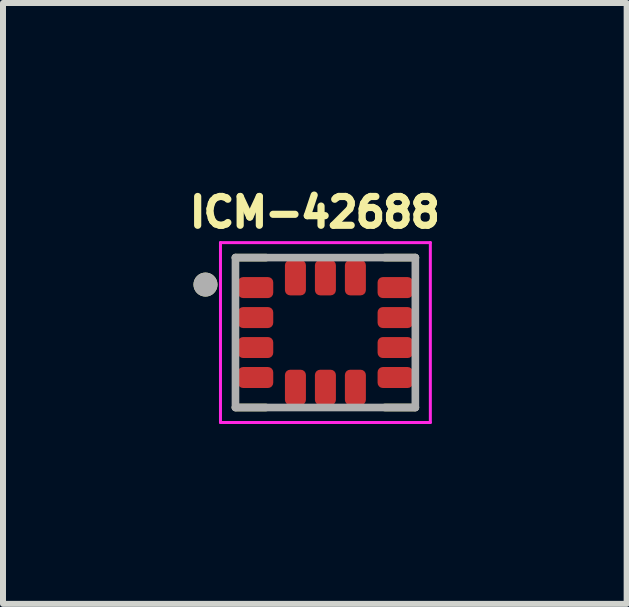
<source format=kicad_pcb>
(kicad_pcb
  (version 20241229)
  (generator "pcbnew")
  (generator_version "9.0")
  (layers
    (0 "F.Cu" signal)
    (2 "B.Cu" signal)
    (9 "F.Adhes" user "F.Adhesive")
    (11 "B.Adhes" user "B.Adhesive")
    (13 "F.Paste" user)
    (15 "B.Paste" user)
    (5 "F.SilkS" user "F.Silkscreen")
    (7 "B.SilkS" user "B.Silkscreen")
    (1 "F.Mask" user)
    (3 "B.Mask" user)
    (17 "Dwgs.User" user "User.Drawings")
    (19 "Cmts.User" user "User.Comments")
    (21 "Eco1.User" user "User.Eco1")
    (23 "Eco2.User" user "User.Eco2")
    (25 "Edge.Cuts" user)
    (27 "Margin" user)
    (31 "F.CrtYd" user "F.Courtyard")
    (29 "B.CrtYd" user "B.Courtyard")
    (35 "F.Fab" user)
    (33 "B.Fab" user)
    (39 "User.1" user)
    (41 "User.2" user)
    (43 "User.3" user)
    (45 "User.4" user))
  (footprint "ICM-42688"
    (layer "F.Cu")
    (at 2.377 2.496)
    (property "Reference" "ICM-42688" (at -0.176 -2.005 0) (layer "F.SilkS") (effects (font (size 0.48 0.48) (thickness 0.15))))
    (attr smd)
    (fp_poly (pts (xy -0.82 -0.85) (xy -0.82 -0.65) (xy -0.82 -0.643) (xy -0.821 -0.637) (xy -0.822 -0.63) (xy -0.823 -0.624) (xy -0.824 -0.618) (xy -0.826 -0.611) (xy -0.828 -0.605) (xy -0.831 -0.599) (xy -0.834 -0.593) (xy -0.837 -0.588) (xy -0.84 -0.582) (xy -0.844 -0.577) (xy -0.848 -0.571) (xy -0.852 -0.566) (xy -0.857 -0.562) (xy -0.861 -0.557) (xy -0.866 -0.553) (xy -0.872 -0.549) (xy -0.877 -0.545) (xy -0.882 -0.542) (xy -0.888 -0.539) (xy -0.894 -0.536) (xy -0.9 -0.533) (xy -0.906 -0.531) (xy -0.913 -0.529) (xy -0.919 -0.528) (xy -0.925 -0.527) (xy -0.932 -0.526) (xy -0.938 -0.525) (xy -0.945 -0.525) (xy -1.385 -0.525) (xy -1.392 -0.525) (xy -1.398 -0.526) (xy -1.405 -0.527) (xy -1.411 -0.528) (xy -1.417 -0.529) (xy -1.424 -0.531) (xy -1.43 -0.533) (xy -1.436 -0.536) (xy -1.442 -0.539) (xy -1.448 -0.542) (xy -1.453 -0.545) (xy -1.458 -0.549) (xy -1.464 -0.553) (xy -1.469 -0.557) (xy -1.473 -0.562) (xy -1.478 -0.566) (xy -1.482 -0.571) (xy -1.486 -0.577) (xy -1.49 -0.582) (xy -1.493 -0.588) (xy -1.496 -0.593) (xy -1.499 -0.599) (xy -1.502 -0.605) (xy -1.504 -0.611) (xy -1.506 -0.618) (xy -1.507 -0.624) (xy -1.508 -0.63) (xy -1.509 -0.637) (xy -1.51 -0.643) (xy -1.51 -0.65) (xy -1.51 -0.85) (xy -1.51 -0.857) (xy -1.509 -0.863) (xy -1.508 -0.87) (xy -1.507 -0.876) (xy -1.506 -0.882) (xy -1.504 -0.889) (xy -1.502 -0.895) (xy -1.499 -0.901) (xy -1.496 -0.907) (xy -1.493 -0.912) (xy -1.49 -0.918) (xy -1.486 -0.923) (xy -1.482 -0.929) (xy -1.478 -0.934) (xy -1.473 -0.938) (xy -1.469 -0.943) (xy -1.464 -0.947) (xy -1.458 -0.951) (xy -1.453 -0.955) (xy -1.448 -0.958) (xy -1.442 -0.961) (xy -1.436 -0.964) (xy -1.43 -0.967) (xy -1.424 -0.969) (xy -1.417 -0.971) (xy -1.411 -0.972) (xy -1.405 -0.973) (xy -1.398 -0.974) (xy -1.392 -0.975) (xy -1.385 -0.975) (xy -0.945 -0.975) (xy -0.938 -0.975) (xy -0.932 -0.974) (xy -0.925 -0.973) (xy -0.919 -0.972) (xy -0.913 -0.971) (xy -0.906 -0.969) (xy -0.9 -0.967) (xy -0.894 -0.964) (xy -0.888 -0.961) (xy -0.882 -0.958) (xy -0.877 -0.955) (xy -0.872 -0.951) (xy -0.866 -0.947) (xy -0.861 -0.943) (xy -0.857 -0.938) (xy -0.852 -0.934) (xy -0.848 -0.929) (xy -0.844 -0.923) (xy -0.84 -0.918) (xy -0.837 -0.912) (xy -0.834 -0.907) (xy -0.831 -0.901) (xy -0.828 -0.895) (xy -0.826 -0.889) (xy -0.824 -0.882) (xy -0.823 -0.876) (xy -0.822 -0.87) (xy -0.821 -0.863) (xy -0.82 -0.857) (xy -0.82 -0.85)) (stroke (width 0.01) (type solid)) (fill yes) (layer "F.Mask"))
    (fp_poly (pts (xy -0.82 -0.35) (xy -0.82 -0.15) (xy -0.82 -0.143) (xy -0.821 -0.137) (xy -0.822 -0.13) (xy -0.823 -0.124) (xy -0.824 -0.118) (xy -0.826 -0.111) (xy -0.828 -0.105) (xy -0.831 -0.099) (xy -0.834 -0.093) (xy -0.837 -0.088) (xy -0.84 -0.082) (xy -0.844 -0.077) (xy -0.848 -0.071) (xy -0.852 -0.066) (xy -0.857 -0.062) (xy -0.861 -0.057) (xy -0.866 -0.053) (xy -0.872 -0.049) (xy -0.877 -0.045) (xy -0.882 -0.042) (xy -0.888 -0.039) (xy -0.894 -0.036) (xy -0.9 -0.033) (xy -0.906 -0.031) (xy -0.913 -0.029) (xy -0.919 -0.028) (xy -0.925 -0.027) (xy -0.932 -0.026) (xy -0.938 -0.025) (xy -0.945 -0.025) (xy -1.385 -0.025) (xy -1.392 -0.025) (xy -1.398 -0.026) (xy -1.405 -0.027) (xy -1.411 -0.028) (xy -1.417 -0.029) (xy -1.424 -0.031) (xy -1.43 -0.033) (xy -1.436 -0.036) (xy -1.442 -0.039) (xy -1.448 -0.042) (xy -1.453 -0.045) (xy -1.458 -0.049) (xy -1.464 -0.053) (xy -1.469 -0.057) (xy -1.473 -0.062) (xy -1.478 -0.066) (xy -1.482 -0.071) (xy -1.486 -0.077) (xy -1.49 -0.082) (xy -1.493 -0.088) (xy -1.496 -0.093) (xy -1.499 -0.099) (xy -1.502 -0.105) (xy -1.504 -0.111) (xy -1.506 -0.118) (xy -1.507 -0.124) (xy -1.508 -0.13) (xy -1.509 -0.137) (xy -1.51 -0.143) (xy -1.51 -0.15) (xy -1.51 -0.35) (xy -1.51 -0.357) (xy -1.509 -0.363) (xy -1.508 -0.37) (xy -1.507 -0.376) (xy -1.506 -0.382) (xy -1.504 -0.389) (xy -1.502 -0.395) (xy -1.499 -0.401) (xy -1.496 -0.407) (xy -1.493 -0.412) (xy -1.49 -0.418) (xy -1.486 -0.423) (xy -1.482 -0.429) (xy -1.478 -0.434) (xy -1.473 -0.438) (xy -1.469 -0.443) (xy -1.464 -0.447) (xy -1.458 -0.451) (xy -1.453 -0.455) (xy -1.448 -0.458) (xy -1.442 -0.461) (xy -1.436 -0.464) (xy -1.43 -0.467) (xy -1.424 -0.469) (xy -1.417 -0.471) (xy -1.411 -0.472) (xy -1.405 -0.473) (xy -1.398 -0.474) (xy -1.392 -0.475) (xy -1.385 -0.475) (xy -0.945 -0.475) (xy -0.938 -0.475) (xy -0.932 -0.474) (xy -0.925 -0.473) (xy -0.919 -0.472) (xy -0.913 -0.471) (xy -0.906 -0.469) (xy -0.9 -0.467) (xy -0.894 -0.464) (xy -0.888 -0.461) (xy -0.882 -0.458) (xy -0.877 -0.455) (xy -0.872 -0.451) (xy -0.866 -0.447) (xy -0.861 -0.443) (xy -0.857 -0.438) (xy -0.852 -0.434) (xy -0.848 -0.429) (xy -0.844 -0.423) (xy -0.84 -0.418) (xy -0.837 -0.412) (xy -0.834 -0.407) (xy -0.831 -0.401) (xy -0.828 -0.395) (xy -0.826 -0.389) (xy -0.824 -0.382) (xy -0.823 -0.376) (xy -0.822 -0.37) (xy -0.821 -0.363) (xy -0.82 -0.357) (xy -0.82 -0.35)) (stroke (width 0.01) (type solid)) (fill yes) (layer "F.Mask"))
    (fp_poly (pts (xy -0.82 0.15) (xy -0.82 0.35) (xy -0.82 0.357) (xy -0.821 0.363) (xy -0.822 0.37) (xy -0.823 0.376) (xy -0.824 0.382) (xy -0.826 0.389) (xy -0.828 0.395) (xy -0.831 0.401) (xy -0.834 0.407) (xy -0.837 0.412) (xy -0.84 0.418) (xy -0.844 0.423) (xy -0.848 0.429) (xy -0.852 0.434) (xy -0.857 0.438) (xy -0.861 0.443) (xy -0.866 0.447) (xy -0.872 0.451) (xy -0.877 0.455) (xy -0.882 0.458) (xy -0.888 0.461) (xy -0.894 0.464) (xy -0.9 0.467) (xy -0.906 0.469) (xy -0.913 0.471) (xy -0.919 0.472) (xy -0.925 0.473) (xy -0.932 0.474) (xy -0.938 0.475) (xy -0.945 0.475) (xy -1.385 0.475) (xy -1.392 0.475) (xy -1.398 0.474) (xy -1.405 0.473) (xy -1.411 0.472) (xy -1.417 0.471) (xy -1.424 0.469) (xy -1.43 0.467) (xy -1.436 0.464) (xy -1.442 0.461) (xy -1.448 0.458) (xy -1.453 0.455) (xy -1.458 0.451) (xy -1.464 0.447) (xy -1.469 0.443) (xy -1.473 0.438) (xy -1.478 0.434) (xy -1.482 0.429) (xy -1.486 0.423) (xy -1.49 0.418) (xy -1.493 0.412) (xy -1.496 0.407) (xy -1.499 0.401) (xy -1.502 0.395) (xy -1.504 0.389) (xy -1.506 0.382) (xy -1.507 0.376) (xy -1.508 0.37) (xy -1.509 0.363) (xy -1.51 0.357) (xy -1.51 0.35) (xy -1.51 0.15) (xy -1.51 0.143) (xy -1.509 0.137) (xy -1.508 0.13) (xy -1.507 0.124) (xy -1.506 0.118) (xy -1.504 0.111) (xy -1.502 0.105) (xy -1.499 0.099) (xy -1.496 0.093) (xy -1.493 0.088) (xy -1.49 0.082) (xy -1.486 0.077) (xy -1.482 0.071) (xy -1.478 0.066) (xy -1.473 0.062) (xy -1.469 0.057) (xy -1.464 0.053) (xy -1.458 0.049) (xy -1.453 0.045) (xy -1.448 0.042) (xy -1.442 0.039) (xy -1.436 0.036) (xy -1.43 0.033) (xy -1.424 0.031) (xy -1.417 0.029) (xy -1.411 0.028) (xy -1.405 0.027) (xy -1.398 0.026) (xy -1.392 0.025) (xy -1.385 0.025) (xy -0.945 0.025) (xy -0.938 0.025) (xy -0.932 0.026) (xy -0.925 0.027) (xy -0.919 0.028) (xy -0.913 0.029) (xy -0.906 0.031) (xy -0.9 0.033) (xy -0.894 0.036) (xy -0.888 0.039) (xy -0.882 0.042) (xy -0.877 0.045) (xy -0.872 0.049) (xy -0.866 0.053) (xy -0.861 0.057) (xy -0.857 0.062) (xy -0.852 0.066) (xy -0.848 0.071) (xy -0.844 0.077) (xy -0.84 0.082) (xy -0.837 0.088) (xy -0.834 0.093) (xy -0.831 0.099) (xy -0.828 0.105) (xy -0.826 0.111) (xy -0.824 0.118) (xy -0.823 0.124) (xy -0.822 0.13) (xy -0.821 0.137) (xy -0.82 0.143) (xy -0.82 0.15)) (stroke (width 0.01) (type solid)) (fill yes) (layer "F.Mask"))
    (fp_poly (pts (xy -0.82 0.65) (xy -0.82 0.85) (xy -0.82 0.857) (xy -0.821 0.863) (xy -0.822 0.87) (xy -0.823 0.876) (xy -0.824 0.882) (xy -0.826 0.889) (xy -0.828 0.895) (xy -0.831 0.901) (xy -0.834 0.907) (xy -0.837 0.912) (xy -0.84 0.918) (xy -0.844 0.923) (xy -0.848 0.929) (xy -0.852 0.934) (xy -0.857 0.938) (xy -0.861 0.943) (xy -0.866 0.947) (xy -0.872 0.951) (xy -0.877 0.955) (xy -0.882 0.958) (xy -0.888 0.961) (xy -0.894 0.964) (xy -0.9 0.967) (xy -0.906 0.969) (xy -0.913 0.971) (xy -0.919 0.972) (xy -0.925 0.973) (xy -0.932 0.974) (xy -0.938 0.975) (xy -0.945 0.975) (xy -1.385 0.975) (xy -1.392 0.975) (xy -1.398 0.974) (xy -1.405 0.973) (xy -1.411 0.972) (xy -1.417 0.971) (xy -1.424 0.969) (xy -1.43 0.967) (xy -1.436 0.964) (xy -1.442 0.961) (xy -1.448 0.958) (xy -1.453 0.955) (xy -1.458 0.951) (xy -1.464 0.947) (xy -1.469 0.943) (xy -1.473 0.938) (xy -1.478 0.934) (xy -1.482 0.929) (xy -1.486 0.923) (xy -1.49 0.918) (xy -1.493 0.912) (xy -1.496 0.907) (xy -1.499 0.901) (xy -1.502 0.895) (xy -1.504 0.889) (xy -1.506 0.882) (xy -1.507 0.876) (xy -1.508 0.87) (xy -1.509 0.863) (xy -1.51 0.857) (xy -1.51 0.85) (xy -1.51 0.65) (xy -1.51 0.643) (xy -1.509 0.637) (xy -1.508 0.63) (xy -1.507 0.624) (xy -1.506 0.618) (xy -1.504 0.611) (xy -1.502 0.605) (xy -1.499 0.599) (xy -1.496 0.593) (xy -1.493 0.588) (xy -1.49 0.582) (xy -1.486 0.577) (xy -1.482 0.571) (xy -1.478 0.566) (xy -1.473 0.562) (xy -1.469 0.557) (xy -1.464 0.553) (xy -1.458 0.549) (xy -1.453 0.545) (xy -1.448 0.542) (xy -1.442 0.539) (xy -1.436 0.536) (xy -1.43 0.533) (xy -1.424 0.531) (xy -1.417 0.529) (xy -1.411 0.528) (xy -1.405 0.527) (xy -1.398 0.526) (xy -1.392 0.525) (xy -1.385 0.525) (xy -0.945 0.525) (xy -0.938 0.525) (xy -0.932 0.526) (xy -0.925 0.527) (xy -0.919 0.528) (xy -0.913 0.529) (xy -0.906 0.531) (xy -0.9 0.533) (xy -0.894 0.536) (xy -0.888 0.539) (xy -0.882 0.542) (xy -0.877 0.545) (xy -0.872 0.549) (xy -0.866 0.553) (xy -0.861 0.557) (xy -0.857 0.562) (xy -0.852 0.566) (xy -0.848 0.571) (xy -0.844 0.577) (xy -0.84 0.582) (xy -0.837 0.588) (xy -0.834 0.593) (xy -0.831 0.599) (xy -0.828 0.605) (xy -0.826 0.611) (xy -0.824 0.618) (xy -0.823 0.624) (xy -0.822 0.63) (xy -0.821 0.637) (xy -0.82 0.643) (xy -0.82 0.65)) (stroke (width 0.01) (type solid)) (fill yes) (layer "F.Mask"))
    (fp_poly (pts (xy -0.6 -1.26) (xy -0.4 -1.26) (xy -0.393 -1.26) (xy -0.387 -1.259) (xy -0.38 -1.258) (xy -0.374 -1.257) (xy -0.368 -1.256) (xy -0.361 -1.254) (xy -0.355 -1.252) (xy -0.349 -1.249) (xy -0.343 -1.246) (xy -0.338 -1.243) (xy -0.332 -1.24) (xy -0.327 -1.236) (xy -0.321 -1.232) (xy -0.316 -1.228) (xy -0.312 -1.223) (xy -0.307 -1.219) (xy -0.303 -1.214) (xy -0.299 -1.208) (xy -0.295 -1.203) (xy -0.292 -1.198) (xy -0.289 -1.192) (xy -0.286 -1.186) (xy -0.283 -1.18) (xy -0.281 -1.174) (xy -0.279 -1.167) (xy -0.278 -1.161) (xy -0.277 -1.155) (xy -0.276 -1.148) (xy -0.275 -1.142) (xy -0.275 -1.135) (xy -0.275 -0.695) (xy -0.275 -0.688) (xy -0.276 -0.682) (xy -0.277 -0.675) (xy -0.278 -0.669) (xy -0.279 -0.663) (xy -0.281 -0.656) (xy -0.283 -0.65) (xy -0.286 -0.644) (xy -0.289 -0.638) (xy -0.292 -0.632) (xy -0.295 -0.627) (xy -0.299 -0.622) (xy -0.303 -0.616) (xy -0.307 -0.611) (xy -0.312 -0.607) (xy -0.316 -0.602) (xy -0.321 -0.598) (xy -0.327 -0.594) (xy -0.332 -0.59) (xy -0.338 -0.587) (xy -0.343 -0.584) (xy -0.349 -0.581) (xy -0.355 -0.578) (xy -0.361 -0.576) (xy -0.368 -0.574) (xy -0.374 -0.573) (xy -0.38 -0.572) (xy -0.387 -0.571) (xy -0.393 -0.57) (xy -0.4 -0.57) (xy -0.6 -0.57) (xy -0.607 -0.57) (xy -0.613 -0.571) (xy -0.62 -0.572) (xy -0.626 -0.573) (xy -0.632 -0.574) (xy -0.639 -0.576) (xy -0.645 -0.578) (xy -0.651 -0.581) (xy -0.657 -0.584) (xy -0.663 -0.587) (xy -0.668 -0.59) (xy -0.673 -0.594) (xy -0.679 -0.598) (xy -0.684 -0.602) (xy -0.688 -0.607) (xy -0.693 -0.611) (xy -0.697 -0.616) (xy -0.701 -0.622) (xy -0.705 -0.627) (xy -0.708 -0.632) (xy -0.711 -0.638) (xy -0.714 -0.644) (xy -0.717 -0.65) (xy -0.719 -0.656) (xy -0.721 -0.663) (xy -0.722 -0.669) (xy -0.723 -0.675) (xy -0.724 -0.682) (xy -0.725 -0.688) (xy -0.725 -0.695) (xy -0.725 -1.135) (xy -0.725 -1.142) (xy -0.724 -1.148) (xy -0.723 -1.155) (xy -0.722 -1.161) (xy -0.721 -1.167) (xy -0.719 -1.174) (xy -0.717 -1.18) (xy -0.714 -1.186) (xy -0.711 -1.192) (xy -0.708 -1.198) (xy -0.705 -1.203) (xy -0.701 -1.208) (xy -0.697 -1.214) (xy -0.693 -1.219) (xy -0.688 -1.223) (xy -0.684 -1.228) (xy -0.679 -1.232) (xy -0.673 -1.236) (xy -0.668 -1.24) (xy -0.662 -1.243) (xy -0.657 -1.246) (xy -0.651 -1.249) (xy -0.645 -1.252) (xy -0.639 -1.254) (xy -0.632 -1.256) (xy -0.626 -1.257) (xy -0.62 -1.258) (xy -0.613 -1.259) (xy -0.607 -1.26) (xy -0.6 -1.26)) (stroke (width 0.01) (type solid)) (fill yes) (layer "F.Mask"))
    (fp_poly (pts (xy -0.6 0.57) (xy -0.4 0.57) (xy -0.393 0.57) (xy -0.387 0.571) (xy -0.38 0.572) (xy -0.374 0.573) (xy -0.368 0.574) (xy -0.361 0.576) (xy -0.355 0.578) (xy -0.349 0.581) (xy -0.343 0.584) (xy -0.338 0.587) (xy -0.332 0.59) (xy -0.327 0.594) (xy -0.321 0.598) (xy -0.316 0.602) (xy -0.312 0.607) (xy -0.307 0.611) (xy -0.303 0.616) (xy -0.299 0.622) (xy -0.295 0.627) (xy -0.292 0.632) (xy -0.289 0.638) (xy -0.286 0.644) (xy -0.283 0.65) (xy -0.281 0.656) (xy -0.279 0.663) (xy -0.278 0.669) (xy -0.277 0.675) (xy -0.276 0.682) (xy -0.275 0.688) (xy -0.275 0.695) (xy -0.275 1.135) (xy -0.275 1.142) (xy -0.276 1.148) (xy -0.277 1.155) (xy -0.278 1.161) (xy -0.279 1.167) (xy -0.281 1.174) (xy -0.283 1.18) (xy -0.286 1.186) (xy -0.289 1.192) (xy -0.292 1.198) (xy -0.295 1.203) (xy -0.299 1.208) (xy -0.303 1.214) (xy -0.307 1.219) (xy -0.312 1.223) (xy -0.316 1.228) (xy -0.321 1.232) (xy -0.327 1.236) (xy -0.332 1.24) (xy -0.338 1.243) (xy -0.343 1.246) (xy -0.349 1.249) (xy -0.355 1.252) (xy -0.361 1.254) (xy -0.368 1.256) (xy -0.374 1.257) (xy -0.38 1.258) (xy -0.387 1.259) (xy -0.393 1.26) (xy -0.4 1.26) (xy -0.6 1.26) (xy -0.607 1.26) (xy -0.613 1.259) (xy -0.62 1.258) (xy -0.626 1.257) (xy -0.632 1.256) (xy -0.639 1.254) (xy -0.645 1.252) (xy -0.651 1.249) (xy -0.657 1.246) (xy -0.663 1.243) (xy -0.668 1.24) (xy -0.673 1.236) (xy -0.679 1.232) (xy -0.684 1.228) (xy -0.688 1.223) (xy -0.693 1.219) (xy -0.697 1.214) (xy -0.701 1.208) (xy -0.705 1.203) (xy -0.708 1.198) (xy -0.711 1.192) (xy -0.714 1.186) (xy -0.717 1.18) (xy -0.719 1.174) (xy -0.721 1.167) (xy -0.722 1.161) (xy -0.723 1.155) (xy -0.724 1.148) (xy -0.725 1.142) (xy -0.725 1.135) (xy -0.725 0.695) (xy -0.725 0.688) (xy -0.724 0.682) (xy -0.723 0.675) (xy -0.722 0.669) (xy -0.721 0.663) (xy -0.719 0.656) (xy -0.717 0.65) (xy -0.714 0.644) (xy -0.711 0.638) (xy -0.708 0.632) (xy -0.705 0.627) (xy -0.701 0.622) (xy -0.697 0.616) (xy -0.693 0.611) (xy -0.688 0.607) (xy -0.684 0.602) (xy -0.679 0.598) (xy -0.673 0.594) (xy -0.668 0.59) (xy -0.662 0.587) (xy -0.657 0.584) (xy -0.651 0.581) (xy -0.645 0.578) (xy -0.639 0.576) (xy -0.632 0.574) (xy -0.626 0.573) (xy -0.62 0.572) (xy -0.613 0.571) (xy -0.607 0.57) (xy -0.6 0.57)) (stroke (width 0.01) (type solid)) (fill yes) (layer "F.Mask"))
    (fp_poly (pts (xy -0.1 -1.26) (xy 0.1 -1.26) (xy 0.107 -1.26) (xy 0.113 -1.259) (xy 0.12 -1.258) (xy 0.126 -1.257) (xy 0.132 -1.256) (xy 0.139 -1.254) (xy 0.145 -1.252) (xy 0.151 -1.249) (xy 0.157 -1.246) (xy 0.163 -1.243) (xy 0.168 -1.24) (xy 0.173 -1.236) (xy 0.179 -1.232) (xy 0.184 -1.228) (xy 0.188 -1.223) (xy 0.193 -1.219) (xy 0.197 -1.214) (xy 0.201 -1.208) (xy 0.205 -1.203) (xy 0.208 -1.198) (xy 0.211 -1.192) (xy 0.214 -1.186) (xy 0.217 -1.18) (xy 0.219 -1.174) (xy 0.221 -1.167) (xy 0.222 -1.161) (xy 0.223 -1.155) (xy 0.224 -1.148) (xy 0.225 -1.142) (xy 0.225 -1.135) (xy 0.225 -0.695) (xy 0.225 -0.688) (xy 0.224 -0.682) (xy 0.223 -0.675) (xy 0.222 -0.669) (xy 0.221 -0.663) (xy 0.219 -0.656) (xy 0.217 -0.65) (xy 0.214 -0.644) (xy 0.211 -0.638) (xy 0.208 -0.632) (xy 0.205 -0.627) (xy 0.201 -0.622) (xy 0.197 -0.616) (xy 0.193 -0.611) (xy 0.188 -0.607) (xy 0.184 -0.602) (xy 0.179 -0.598) (xy 0.173 -0.594) (xy 0.168 -0.59) (xy 0.163 -0.587) (xy 0.157 -0.584) (xy 0.151 -0.581) (xy 0.145 -0.578) (xy 0.139 -0.576) (xy 0.132 -0.574) (xy 0.126 -0.573) (xy 0.12 -0.572) (xy 0.113 -0.571) (xy 0.107 -0.57) (xy 0.1 -0.57) (xy -0.1 -0.57) (xy -0.107 -0.57) (xy -0.113 -0.571) (xy -0.12 -0.572) (xy -0.126 -0.573) (xy -0.132 -0.574) (xy -0.139 -0.576) (xy -0.145 -0.578) (xy -0.151 -0.581) (xy -0.157 -0.584) (xy -0.163 -0.587) (xy -0.168 -0.59) (xy -0.173 -0.594) (xy -0.179 -0.598) (xy -0.184 -0.602) (xy -0.188 -0.607) (xy -0.193 -0.611) (xy -0.197 -0.616) (xy -0.201 -0.622) (xy -0.205 -0.627) (xy -0.208 -0.632) (xy -0.211 -0.638) (xy -0.214 -0.644) (xy -0.217 -0.65) (xy -0.219 -0.656) (xy -0.221 -0.663) (xy -0.222 -0.669) (xy -0.223 -0.675) (xy -0.224 -0.682) (xy -0.225 -0.688) (xy -0.225 -0.695) (xy -0.225 -1.135) (xy -0.225 -1.142) (xy -0.224 -1.148) (xy -0.223 -1.155) (xy -0.222 -1.161) (xy -0.221 -1.167) (xy -0.219 -1.174) (xy -0.217 -1.18) (xy -0.214 -1.186) (xy -0.211 -1.192) (xy -0.208 -1.198) (xy -0.205 -1.203) (xy -0.201 -1.208) (xy -0.197 -1.214) (xy -0.193 -1.219) (xy -0.188 -1.223) (xy -0.184 -1.228) (xy -0.179 -1.232) (xy -0.173 -1.236) (xy -0.168 -1.24) (xy -0.162 -1.243) (xy -0.157 -1.246) (xy -0.151 -1.249) (xy -0.145 -1.252) (xy -0.139 -1.254) (xy -0.132 -1.256) (xy -0.126 -1.257) (xy -0.12 -1.258) (xy -0.113 -1.259) (xy -0.107 -1.26) (xy -0.1 -1.26)) (stroke (width 0.01) (type solid)) (fill yes) (layer "F.Mask"))
    (fp_poly (pts (xy -0.1 0.57) (xy 0.1 0.57) (xy 0.107 0.57) (xy 0.113 0.571) (xy 0.12 0.572) (xy 0.126 0.573) (xy 0.132 0.574) (xy 0.139 0.576) (xy 0.145 0.578) (xy 0.151 0.581) (xy 0.157 0.584) (xy 0.163 0.587) (xy 0.168 0.59) (xy 0.173 0.594) (xy 0.179 0.598) (xy 0.184 0.602) (xy 0.188 0.607) (xy 0.193 0.611) (xy 0.197 0.616) (xy 0.201 0.622) (xy 0.205 0.627) (xy 0.208 0.632) (xy 0.211 0.638) (xy 0.214 0.644) (xy 0.217 0.65) (xy 0.219 0.656) (xy 0.221 0.663) (xy 0.222 0.669) (xy 0.223 0.675) (xy 0.224 0.682) (xy 0.225 0.688) (xy 0.225 0.695) (xy 0.225 1.135) (xy 0.225 1.142) (xy 0.224 1.148) (xy 0.223 1.155) (xy 0.222 1.161) (xy 0.221 1.167) (xy 0.219 1.174) (xy 0.217 1.18) (xy 0.214 1.186) (xy 0.211 1.192) (xy 0.208 1.198) (xy 0.205 1.203) (xy 0.201 1.208) (xy 0.197 1.214) (xy 0.193 1.219) (xy 0.188 1.223) (xy 0.184 1.228) (xy 0.179 1.232) (xy 0.173 1.236) (xy 0.168 1.24) (xy 0.163 1.243) (xy 0.157 1.246) (xy 0.151 1.249) (xy 0.145 1.252) (xy 0.139 1.254) (xy 0.132 1.256) (xy 0.126 1.257) (xy 0.12 1.258) (xy 0.113 1.259) (xy 0.107 1.26) (xy 0.1 1.26) (xy -0.1 1.26) (xy -0.107 1.26) (xy -0.113 1.259) (xy -0.12 1.258) (xy -0.126 1.257) (xy -0.132 1.256) (xy -0.139 1.254) (xy -0.145 1.252) (xy -0.151 1.249) (xy -0.157 1.246) (xy -0.163 1.243) (xy -0.168 1.24) (xy -0.173 1.236) (xy -0.179 1.232) (xy -0.184 1.228) (xy -0.188 1.223) (xy -0.193 1.219) (xy -0.197 1.214) (xy -0.201 1.208) (xy -0.205 1.203) (xy -0.208 1.198) (xy -0.211 1.192) (xy -0.214 1.186) (xy -0.217 1.18) (xy -0.219 1.174) (xy -0.221 1.167) (xy -0.222 1.161) (xy -0.223 1.155) (xy -0.224 1.148) (xy -0.225 1.142) (xy -0.225 1.135) (xy -0.225 0.695) (xy -0.225 0.688) (xy -0.224 0.682) (xy -0.223 0.675) (xy -0.222 0.669) (xy -0.221 0.663) (xy -0.219 0.656) (xy -0.217 0.65) (xy -0.214 0.644) (xy -0.211 0.638) (xy -0.208 0.632) (xy -0.205 0.627) (xy -0.201 0.622) (xy -0.197 0.616) (xy -0.193 0.611) (xy -0.188 0.607) (xy -0.184 0.602) (xy -0.179 0.598) (xy -0.173 0.594) (xy -0.168 0.59) (xy -0.162 0.587) (xy -0.157 0.584) (xy -0.151 0.581) (xy -0.145 0.578) (xy -0.139 0.576) (xy -0.132 0.574) (xy -0.126 0.573) (xy -0.12 0.572) (xy -0.113 0.571) (xy -0.107 0.57) (xy -0.1 0.57)) (stroke (width 0.01) (type solid)) (fill yes) (layer "F.Mask"))
    (fp_poly (pts (xy 0.4 -1.26) (xy 0.6 -1.26) (xy 0.607 -1.26) (xy 0.613 -1.259) (xy 0.62 -1.258) (xy 0.626 -1.257) (xy 0.632 -1.256) (xy 0.639 -1.254) (xy 0.645 -1.252) (xy 0.651 -1.249) (xy 0.657 -1.246) (xy 0.662 -1.243) (xy 0.668 -1.24) (xy 0.673 -1.236) (xy 0.679 -1.232) (xy 0.684 -1.228) (xy 0.688 -1.223) (xy 0.693 -1.219) (xy 0.697 -1.214) (xy 0.701 -1.208) (xy 0.705 -1.203) (xy 0.708 -1.198) (xy 0.711 -1.192) (xy 0.714 -1.186) (xy 0.717 -1.18) (xy 0.719 -1.174) (xy 0.721 -1.167) (xy 0.722 -1.161) (xy 0.723 -1.155) (xy 0.724 -1.148) (xy 0.725 -1.142) (xy 0.725 -1.135) (xy 0.725 -0.695) (xy 0.725 -0.688) (xy 0.724 -0.682) (xy 0.723 -0.675) (xy 0.722 -0.669) (xy 0.721 -0.663) (xy 0.719 -0.656) (xy 0.717 -0.65) (xy 0.714 -0.644) (xy 0.711 -0.638) (xy 0.708 -0.632) (xy 0.705 -0.627) (xy 0.701 -0.622) (xy 0.697 -0.616) (xy 0.693 -0.611) (xy 0.688 -0.607) (xy 0.684 -0.602) (xy 0.679 -0.598) (xy 0.673 -0.594) (xy 0.668 -0.59) (xy 0.662 -0.587) (xy 0.657 -0.584) (xy 0.651 -0.581) (xy 0.645 -0.578) (xy 0.639 -0.576) (xy 0.632 -0.574) (xy 0.626 -0.573) (xy 0.62 -0.572) (xy 0.613 -0.571) (xy 0.607 -0.57) (xy 0.6 -0.57) (xy 0.4 -0.57) (xy 0.393 -0.57) (xy 0.387 -0.571) (xy 0.38 -0.572) (xy 0.374 -0.573) (xy 0.368 -0.574) (xy 0.361 -0.576) (xy 0.355 -0.578) (xy 0.349 -0.581) (xy 0.343 -0.584) (xy 0.337 -0.587) (xy 0.332 -0.59) (xy 0.327 -0.594) (xy 0.321 -0.598) (xy 0.316 -0.602) (xy 0.312 -0.607) (xy 0.307 -0.611) (xy 0.303 -0.616) (xy 0.299 -0.622) (xy 0.295 -0.627) (xy 0.292 -0.632) (xy 0.289 -0.638) (xy 0.286 -0.644) (xy 0.283 -0.65) (xy 0.281 -0.656) (xy 0.279 -0.663) (xy 0.278 -0.669) (xy 0.277 -0.675) (xy 0.276 -0.682) (xy 0.275 -0.688) (xy 0.275 -0.695) (xy 0.275 -1.135) (xy 0.275 -1.142) (xy 0.276 -1.148) (xy 0.277 -1.155) (xy 0.278 -1.161) (xy 0.279 -1.167) (xy 0.281 -1.174) (xy 0.283 -1.18) (xy 0.286 -1.186) (xy 0.289 -1.192) (xy 0.292 -1.198) (xy 0.295 -1.203) (xy 0.299 -1.208) (xy 0.303 -1.214) (xy 0.307 -1.219) (xy 0.312 -1.223) (xy 0.316 -1.228) (xy 0.321 -1.232) (xy 0.327 -1.236) (xy 0.332 -1.24) (xy 0.338 -1.243) (xy 0.343 -1.246) (xy 0.349 -1.249) (xy 0.355 -1.252) (xy 0.361 -1.254) (xy 0.368 -1.256) (xy 0.374 -1.257) (xy 0.38 -1.258) (xy 0.387 -1.259) (xy 0.393 -1.26) (xy 0.4 -1.26)) (stroke (width 0.01) (type solid)) (fill yes) (layer "F.Mask"))
    (fp_poly (pts (xy 0.4 0.57) (xy 0.6 0.57) (xy 0.607 0.57) (xy 0.613 0.571) (xy 0.62 0.572) (xy 0.626 0.573) (xy 0.632 0.574) (xy 0.639 0.576) (xy 0.645 0.578) (xy 0.651 0.581) (xy 0.657 0.584) (xy 0.662 0.587) (xy 0.668 0.59) (xy 0.673 0.594) (xy 0.679 0.598) (xy 0.684 0.602) (xy 0.688 0.607) (xy 0.693 0.611) (xy 0.697 0.616) (xy 0.701 0.622) (xy 0.705 0.627) (xy 0.708 0.632) (xy 0.711 0.638) (xy 0.714 0.644) (xy 0.717 0.65) (xy 0.719 0.656) (xy 0.721 0.663) (xy 0.722 0.669) (xy 0.723 0.675) (xy 0.724 0.682) (xy 0.725 0.688) (xy 0.725 0.695) (xy 0.725 1.135) (xy 0.725 1.142) (xy 0.724 1.148) (xy 0.723 1.155) (xy 0.722 1.161) (xy 0.721 1.167) (xy 0.719 1.174) (xy 0.717 1.18) (xy 0.714 1.186) (xy 0.711 1.192) (xy 0.708 1.198) (xy 0.705 1.203) (xy 0.701 1.208) (xy 0.697 1.214) (xy 0.693 1.219) (xy 0.688 1.223) (xy 0.684 1.228) (xy 0.679 1.232) (xy 0.673 1.236) (xy 0.668 1.24) (xy 0.662 1.243) (xy 0.657 1.246) (xy 0.651 1.249) (xy 0.645 1.252) (xy 0.639 1.254) (xy 0.632 1.256) (xy 0.626 1.257) (xy 0.62 1.258) (xy 0.613 1.259) (xy 0.607 1.26) (xy 0.6 1.26) (xy 0.4 1.26) (xy 0.393 1.26) (xy 0.387 1.259) (xy 0.38 1.258) (xy 0.374 1.257) (xy 0.368 1.256) (xy 0.361 1.254) (xy 0.355 1.252) (xy 0.349 1.249) (xy 0.343 1.246) (xy 0.337 1.243) (xy 0.332 1.24) (xy 0.327 1.236) (xy 0.321 1.232) (xy 0.316 1.228) (xy 0.312 1.223) (xy 0.307 1.219) (xy 0.303 1.214) (xy 0.299 1.208) (xy 0.295 1.203) (xy 0.292 1.198) (xy 0.289 1.192) (xy 0.286 1.186) (xy 0.283 1.18) (xy 0.281 1.174) (xy 0.279 1.167) (xy 0.278 1.161) (xy 0.277 1.155) (xy 0.276 1.148) (xy 0.275 1.142) (xy 0.275 1.135) (xy 0.275 0.695) (xy 0.275 0.688) (xy 0.276 0.682) (xy 0.277 0.675) (xy 0.278 0.669) (xy 0.279 0.663) (xy 0.281 0.656) (xy 0.283 0.65) (xy 0.286 0.644) (xy 0.289 0.638) (xy 0.292 0.632) (xy 0.295 0.627) (xy 0.299 0.622) (xy 0.303 0.616) (xy 0.307 0.611) (xy 0.312 0.607) (xy 0.316 0.602) (xy 0.321 0.598) (xy 0.327 0.594) (xy 0.332 0.59) (xy 0.338 0.587) (xy 0.343 0.584) (xy 0.349 0.581) (xy 0.355 0.578) (xy 0.361 0.576) (xy 0.368 0.574) (xy 0.374 0.573) (xy 0.38 0.572) (xy 0.387 0.571) (xy 0.393 0.57) (xy 0.4 0.57)) (stroke (width 0.01) (type solid)) (fill yes) (layer "F.Mask"))
    (fp_poly (pts (xy 1.51 -0.85) (xy 1.51 -0.65) (xy 1.51 -0.643) (xy 1.509 -0.637) (xy 1.508 -0.63) (xy 1.507 -0.624) (xy 1.506 -0.618) (xy 1.504 -0.611) (xy 1.502 -0.605) (xy 1.499 -0.599) (xy 1.496 -0.593) (xy 1.493 -0.588) (xy 1.49 -0.582) (xy 1.486 -0.577) (xy 1.482 -0.571) (xy 1.478 -0.566) (xy 1.473 -0.562) (xy 1.469 -0.557) (xy 1.464 -0.553) (xy 1.458 -0.549) (xy 1.453 -0.545) (xy 1.448 -0.542) (xy 1.442 -0.539) (xy 1.436 -0.536) (xy 1.43 -0.533) (xy 1.424 -0.531) (xy 1.417 -0.529) (xy 1.411 -0.528) (xy 1.405 -0.527) (xy 1.398 -0.526) (xy 1.392 -0.525) (xy 1.385 -0.525) (xy 0.945 -0.525) (xy 0.938 -0.525) (xy 0.932 -0.526) (xy 0.925 -0.527) (xy 0.919 -0.528) (xy 0.913 -0.529) (xy 0.906 -0.531) (xy 0.9 -0.533) (xy 0.894 -0.536) (xy 0.888 -0.539) (xy 0.882 -0.542) (xy 0.877 -0.545) (xy 0.872 -0.549) (xy 0.866 -0.553) (xy 0.861 -0.557) (xy 0.857 -0.562) (xy 0.852 -0.566) (xy 0.848 -0.571) (xy 0.844 -0.577) (xy 0.84 -0.582) (xy 0.837 -0.588) (xy 0.834 -0.593) (xy 0.831 -0.599) (xy 0.828 -0.605) (xy 0.826 -0.611) (xy 0.824 -0.618) (xy 0.823 -0.624) (xy 0.822 -0.63) (xy 0.821 -0.637) (xy 0.82 -0.643) (xy 0.82 -0.65) (xy 0.82 -0.85) (xy 0.82 -0.857) (xy 0.821 -0.863) (xy 0.822 -0.87) (xy 0.823 -0.876) (xy 0.824 -0.882) (xy 0.826 -0.889) (xy 0.828 -0.895) (xy 0.831 -0.901) (xy 0.834 -0.907) (xy 0.837 -0.912) (xy 0.84 -0.918) (xy 0.844 -0.923) (xy 0.848 -0.929) (xy 0.852 -0.934) (xy 0.857 -0.938) (xy 0.861 -0.943) (xy 0.866 -0.947) (xy 0.872 -0.951) (xy 0.877 -0.955) (xy 0.882 -0.958) (xy 0.888 -0.961) (xy 0.894 -0.964) (xy 0.9 -0.967) (xy 0.906 -0.969) (xy 0.913 -0.971) (xy 0.919 -0.972) (xy 0.925 -0.973) (xy 0.932 -0.974) (xy 0.938 -0.975) (xy 0.945 -0.975) (xy 1.385 -0.975) (xy 1.392 -0.975) (xy 1.398 -0.974) (xy 1.405 -0.973) (xy 1.411 -0.972) (xy 1.417 -0.971) (xy 1.424 -0.969) (xy 1.43 -0.967) (xy 1.436 -0.964) (xy 1.442 -0.961) (xy 1.448 -0.958) (xy 1.453 -0.955) (xy 1.458 -0.951) (xy 1.464 -0.947) (xy 1.469 -0.943) (xy 1.473 -0.938) (xy 1.478 -0.934) (xy 1.482 -0.929) (xy 1.486 -0.923) (xy 1.49 -0.918) (xy 1.493 -0.912) (xy 1.496 -0.907) (xy 1.499 -0.901) (xy 1.502 -0.895) (xy 1.504 -0.889) (xy 1.506 -0.882) (xy 1.507 -0.876) (xy 1.508 -0.87) (xy 1.509 -0.863) (xy 1.51 -0.857) (xy 1.51 -0.85)) (stroke (width 0.01) (type solid)) (fill yes) (layer "F.Mask"))
    (fp_poly (pts (xy 1.51 -0.35) (xy 1.51 -0.15) (xy 1.51 -0.143) (xy 1.509 -0.137) (xy 1.508 -0.13) (xy 1.507 -0.124) (xy 1.506 -0.118) (xy 1.504 -0.111) (xy 1.502 -0.105) (xy 1.499 -0.099) (xy 1.496 -0.093) (xy 1.493 -0.088) (xy 1.49 -0.082) (xy 1.486 -0.077) (xy 1.482 -0.071) (xy 1.478 -0.066) (xy 1.473 -0.062) (xy 1.469 -0.057) (xy 1.464 -0.053) (xy 1.458 -0.049) (xy 1.453 -0.045) (xy 1.448 -0.042) (xy 1.442 -0.039) (xy 1.436 -0.036) (xy 1.43 -0.033) (xy 1.424 -0.031) (xy 1.417 -0.029) (xy 1.411 -0.028) (xy 1.405 -0.027) (xy 1.398 -0.026) (xy 1.392 -0.025) (xy 1.385 -0.025) (xy 0.945 -0.025) (xy 0.938 -0.025) (xy 0.932 -0.026) (xy 0.925 -0.027) (xy 0.919 -0.028) (xy 0.913 -0.029) (xy 0.906 -0.031) (xy 0.9 -0.033) (xy 0.894 -0.036) (xy 0.888 -0.039) (xy 0.882 -0.042) (xy 0.877 -0.045) (xy 0.872 -0.049) (xy 0.866 -0.053) (xy 0.861 -0.057) (xy 0.857 -0.062) (xy 0.852 -0.066) (xy 0.848 -0.071) (xy 0.844 -0.077) (xy 0.84 -0.082) (xy 0.837 -0.088) (xy 0.834 -0.093) (xy 0.831 -0.099) (xy 0.828 -0.105) (xy 0.826 -0.111) (xy 0.824 -0.118) (xy 0.823 -0.124) (xy 0.822 -0.13) (xy 0.821 -0.137) (xy 0.82 -0.143) (xy 0.82 -0.15) (xy 0.82 -0.35) (xy 0.82 -0.357) (xy 0.821 -0.363) (xy 0.822 -0.37) (xy 0.823 -0.376) (xy 0.824 -0.382) (xy 0.826 -0.389) (xy 0.828 -0.395) (xy 0.831 -0.401) (xy 0.834 -0.407) (xy 0.837 -0.412) (xy 0.84 -0.418) (xy 0.844 -0.423) (xy 0.848 -0.429) (xy 0.852 -0.434) (xy 0.857 -0.438) (xy 0.861 -0.443) (xy 0.866 -0.447) (xy 0.872 -0.451) (xy 0.877 -0.455) (xy 0.882 -0.458) (xy 0.888 -0.461) (xy 0.894 -0.464) (xy 0.9 -0.467) (xy 0.906 -0.469) (xy 0.913 -0.471) (xy 0.919 -0.472) (xy 0.925 -0.473) (xy 0.932 -0.474) (xy 0.938 -0.475) (xy 0.945 -0.475) (xy 1.385 -0.475) (xy 1.392 -0.475) (xy 1.398 -0.474) (xy 1.405 -0.473) (xy 1.411 -0.472) (xy 1.417 -0.471) (xy 1.424 -0.469) (xy 1.43 -0.467) (xy 1.436 -0.464) (xy 1.442 -0.461) (xy 1.448 -0.458) (xy 1.453 -0.455) (xy 1.458 -0.451) (xy 1.464 -0.447) (xy 1.469 -0.443) (xy 1.473 -0.438) (xy 1.478 -0.434) (xy 1.482 -0.429) (xy 1.486 -0.423) (xy 1.49 -0.418) (xy 1.493 -0.412) (xy 1.496 -0.407) (xy 1.499 -0.401) (xy 1.502 -0.395) (xy 1.504 -0.389) (xy 1.506 -0.382) (xy 1.507 -0.376) (xy 1.508 -0.37) (xy 1.509 -0.363) (xy 1.51 -0.357) (xy 1.51 -0.35)) (stroke (width 0.01) (type solid)) (fill yes) (layer "F.Mask"))
    (fp_poly (pts (xy 1.51 0.15) (xy 1.51 0.35) (xy 1.51 0.357) (xy 1.509 0.363) (xy 1.508 0.37) (xy 1.507 0.376) (xy 1.506 0.382) (xy 1.504 0.389) (xy 1.502 0.395) (xy 1.499 0.401) (xy 1.496 0.407) (xy 1.493 0.412) (xy 1.49 0.418) (xy 1.486 0.423) (xy 1.482 0.429) (xy 1.478 0.434) (xy 1.473 0.438) (xy 1.469 0.443) (xy 1.464 0.447) (xy 1.458 0.451) (xy 1.453 0.455) (xy 1.448 0.458) (xy 1.442 0.461) (xy 1.436 0.464) (xy 1.43 0.467) (xy 1.424 0.469) (xy 1.417 0.471) (xy 1.411 0.472) (xy 1.405 0.473) (xy 1.398 0.474) (xy 1.392 0.475) (xy 1.385 0.475) (xy 0.945 0.475) (xy 0.938 0.475) (xy 0.932 0.474) (xy 0.925 0.473) (xy 0.919 0.472) (xy 0.913 0.471) (xy 0.906 0.469) (xy 0.9 0.467) (xy 0.894 0.464) (xy 0.888 0.461) (xy 0.882 0.458) (xy 0.877 0.455) (xy 0.872 0.451) (xy 0.866 0.447) (xy 0.861 0.443) (xy 0.857 0.438) (xy 0.852 0.434) (xy 0.848 0.429) (xy 0.844 0.423) (xy 0.84 0.418) (xy 0.837 0.412) (xy 0.834 0.407) (xy 0.831 0.401) (xy 0.828 0.395) (xy 0.826 0.389) (xy 0.824 0.382) (xy 0.823 0.376) (xy 0.822 0.37) (xy 0.821 0.363) (xy 0.82 0.357) (xy 0.82 0.35) (xy 0.82 0.15) (xy 0.82 0.143) (xy 0.821 0.137) (xy 0.822 0.13) (xy 0.823 0.124) (xy 0.824 0.118) (xy 0.826 0.111) (xy 0.828 0.105) (xy 0.831 0.099) (xy 0.834 0.093) (xy 0.837 0.088) (xy 0.84 0.082) (xy 0.844 0.077) (xy 0.848 0.071) (xy 0.852 0.066) (xy 0.857 0.062) (xy 0.861 0.057) (xy 0.866 0.053) (xy 0.872 0.049) (xy 0.877 0.045) (xy 0.882 0.042) (xy 0.888 0.039) (xy 0.894 0.036) (xy 0.9 0.033) (xy 0.906 0.031) (xy 0.913 0.029) (xy 0.919 0.028) (xy 0.925 0.027) (xy 0.932 0.026) (xy 0.938 0.025) (xy 0.945 0.025) (xy 1.385 0.025) (xy 1.392 0.025) (xy 1.398 0.026) (xy 1.405 0.027) (xy 1.411 0.028) (xy 1.417 0.029) (xy 1.424 0.031) (xy 1.43 0.033) (xy 1.436 0.036) (xy 1.442 0.039) (xy 1.448 0.042) (xy 1.453 0.045) (xy 1.458 0.049) (xy 1.464 0.053) (xy 1.469 0.057) (xy 1.473 0.062) (xy 1.478 0.066) (xy 1.482 0.071) (xy 1.486 0.077) (xy 1.49 0.082) (xy 1.493 0.088) (xy 1.496 0.093) (xy 1.499 0.099) (xy 1.502 0.105) (xy 1.504 0.111) (xy 1.506 0.118) (xy 1.507 0.124) (xy 1.508 0.13) (xy 1.509 0.137) (xy 1.51 0.143) (xy 1.51 0.15)) (stroke (width 0.01) (type solid)) (fill yes) (layer "F.Mask"))
    (fp_poly (pts (xy 1.51 0.65) (xy 1.51 0.85) (xy 1.51 0.857) (xy 1.509 0.863) (xy 1.508 0.87) (xy 1.507 0.876) (xy 1.506 0.882) (xy 1.504 0.889) (xy 1.502 0.895) (xy 1.499 0.901) (xy 1.496 0.907) (xy 1.493 0.912) (xy 1.49 0.918) (xy 1.486 0.923) (xy 1.482 0.929) (xy 1.478 0.934) (xy 1.473 0.938) (xy 1.469 0.943) (xy 1.464 0.947) (xy 1.458 0.951) (xy 1.453 0.955) (xy 1.448 0.958) (xy 1.442 0.961) (xy 1.436 0.964) (xy 1.43 0.967) (xy 1.424 0.969) (xy 1.417 0.971) (xy 1.411 0.972) (xy 1.405 0.973) (xy 1.398 0.974) (xy 1.392 0.975) (xy 1.385 0.975) (xy 0.945 0.975) (xy 0.938 0.975) (xy 0.932 0.974) (xy 0.925 0.973) (xy 0.919 0.972) (xy 0.913 0.971) (xy 0.906 0.969) (xy 0.9 0.967) (xy 0.894 0.964) (xy 0.888 0.961) (xy 0.882 0.958) (xy 0.877 0.955) (xy 0.872 0.951) (xy 0.866 0.947) (xy 0.861 0.943) (xy 0.857 0.938) (xy 0.852 0.934) (xy 0.848 0.929) (xy 0.844 0.923) (xy 0.84 0.918) (xy 0.837 0.912) (xy 0.834 0.907) (xy 0.831 0.901) (xy 0.828 0.895) (xy 0.826 0.889) (xy 0.824 0.882) (xy 0.823 0.876) (xy 0.822 0.87) (xy 0.821 0.863) (xy 0.82 0.857) (xy 0.82 0.85) (xy 0.82 0.65) (xy 0.82 0.643) (xy 0.821 0.637) (xy 0.822 0.63) (xy 0.823 0.624) (xy 0.824 0.618) (xy 0.826 0.611) (xy 0.828 0.605) (xy 0.831 0.599) (xy 0.834 0.593) (xy 0.837 0.588) (xy 0.84 0.582) (xy 0.844 0.577) (xy 0.848 0.571) (xy 0.852 0.566) (xy 0.857 0.562) (xy 0.861 0.557) (xy 0.866 0.553) (xy 0.872 0.549) (xy 0.877 0.545) (xy 0.882 0.542) (xy 0.888 0.539) (xy 0.894 0.536) (xy 0.9 0.533) (xy 0.906 0.531) (xy 0.913 0.529) (xy 0.919 0.528) (xy 0.925 0.527) (xy 0.932 0.526) (xy 0.938 0.525) (xy 0.945 0.525) (xy 1.385 0.525) (xy 1.392 0.525) (xy 1.398 0.526) (xy 1.405 0.527) (xy 1.411 0.528) (xy 1.417 0.529) (xy 1.424 0.531) (xy 1.43 0.533) (xy 1.436 0.536) (xy 1.442 0.539) (xy 1.448 0.542) (xy 1.453 0.545) (xy 1.458 0.549) (xy 1.464 0.553) (xy 1.469 0.557) (xy 1.473 0.562) (xy 1.478 0.566) (xy 1.482 0.571) (xy 1.486 0.577) (xy 1.49 0.582) (xy 1.493 0.588) (xy 1.496 0.593) (xy 1.499 0.599) (xy 1.502 0.605) (xy 1.504 0.611) (xy 1.506 0.618) (xy 1.507 0.624) (xy 1.508 0.63) (xy 1.509 0.637) (xy 1.51 0.643) (xy 1.51 0.65)) (stroke (width 0.01) (type solid)) (fill yes) (layer "F.Mask"))
    (fp_line (start -1.5 -1.25) (end -0.99 -1.25) (stroke (width 0.127) (type solid)) (layer "F.SilkS"))
    (fp_line (start -1.5 1.25) (end -0.99 1.25) (stroke (width 0.127) (type solid)) (layer "F.SilkS"))
    (fp_line (start 0.99 -1.25) (end 1.5 -1.25) (stroke (width 0.127) (type solid)) (layer "F.SilkS"))
    (fp_line (start 1.5 1.25) (end 0.99 1.25) (stroke (width 0.127) (type solid)) (layer "F.SilkS"))
    (fp_circle (center -2 -0.8) (end -1.9 -0.8) (stroke (width 0.2) (type solid)) (fill no) (layer "F.SilkS"))
    (fp_line (start -1.75 -1.5) (end 1.75 -1.5) (stroke (width 0.05) (type solid)) (layer "F.CrtYd"))
    (fp_line (start -1.75 1.5) (end -1.75 -1.5) (stroke (width 0.05) (type solid)) (layer "F.CrtYd"))
    (fp_line (start 1.75 -1.5) (end 1.75 1.5) (stroke (width 0.05) (type solid)) (layer "F.CrtYd"))
    (fp_line (start 1.75 1.5) (end -1.75 1.5) (stroke (width 0.05) (type solid)) (layer "F.CrtYd"))
    (fp_line (start -1.5 -1.25) (end 1.5 -1.25) (stroke (width 0.127) (type solid)) (layer "F.Fab"))
    (fp_line (start -1.5 1.25) (end -1.5 -1.25) (stroke (width 0.127) (type solid)) (layer "F.Fab"))
    (fp_line (start 1.5 -1.25) (end 1.5 1.25) (stroke (width 0.127) (type solid)) (layer "F.Fab"))
    (fp_line (start 1.5 1.25) (end -1.5 1.25) (stroke (width 0.127) (type solid)) (layer "F.Fab"))
    (fp_circle (center -2 -0.8) (end -1.9 -0.8) (stroke (width 0.2) (type solid)) (fill no) (layer "F.Fab"))
    (pad "1" smd roundrect (at -1.165 -0.75) (size 0.59 0.35) (layers "F.Cu" "F.Paste") (roundrect_rratio 0.25))
    (pad "2" smd roundrect (at -1.165 -0.25) (size 0.59 0.35) (layers "F.Cu" "F.Paste") (roundrect_rratio 0.25))
    (pad "3" smd roundrect (at -1.165 0.25) (size 0.59 0.35) (layers "F.Cu" "F.Paste") (roundrect_rratio 0.25))
    (pad "4" smd roundrect (at -1.165 0.75) (size 0.59 0.35) (layers "F.Cu" "F.Paste") (roundrect_rratio 0.25))
    (pad "5" smd roundrect (at -0.5 0.915) (size 0.35 0.59) (layers "F.Cu" "F.Paste") (roundrect_rratio 0.25))
    (pad "6" smd roundrect (at 0 0.915) (size 0.35 0.59) (layers "F.Cu" "F.Paste") (roundrect_rratio 0.25))
    (pad "7" smd roundrect (at 0.5 0.915) (size 0.35 0.59) (layers "F.Cu" "F.Paste") (roundrect_rratio 0.25))
    (pad "8" smd roundrect (at 1.165 0.75) (size 0.59 0.35) (layers "F.Cu" "F.Paste") (roundrect_rratio 0.25))
    (pad "9" smd roundrect (at 1.165 0.25) (size 0.59 0.35) (layers "F.Cu" "F.Paste") (roundrect_rratio 0.25))
    (pad "10" smd roundrect (at 1.165 -0.25) (size 0.59 0.35) (layers "F.Cu" "F.Paste") (roundrect_rratio 0.25))
    (pad "11" smd roundrect (at 1.165 -0.75) (size 0.59 0.35) (layers "F.Cu" "F.Paste") (roundrect_rratio 0.25))
    (pad "12" smd roundrect (at 0.5 -0.915) (size 0.35 0.59) (layers "F.Cu" "F.Paste") (roundrect_rratio 0.25))
    (pad "13" smd roundrect (at 0 -0.915) (size 0.35 0.59) (layers "F.Cu" "F.Paste") (roundrect_rratio 0.25))
    (pad "14" smd roundrect (at -0.5 -0.915) (size 0.35 0.59) (layers "F.Cu" "F.Paste") (roundrect_rratio 0.25)))
  (gr_rect
    (start -3 -3)
    (end 7.401 7.021)
    (stroke (width 0.1) (type default))
    (fill no)
    (layer "Edge.Cuts")))
</source>
